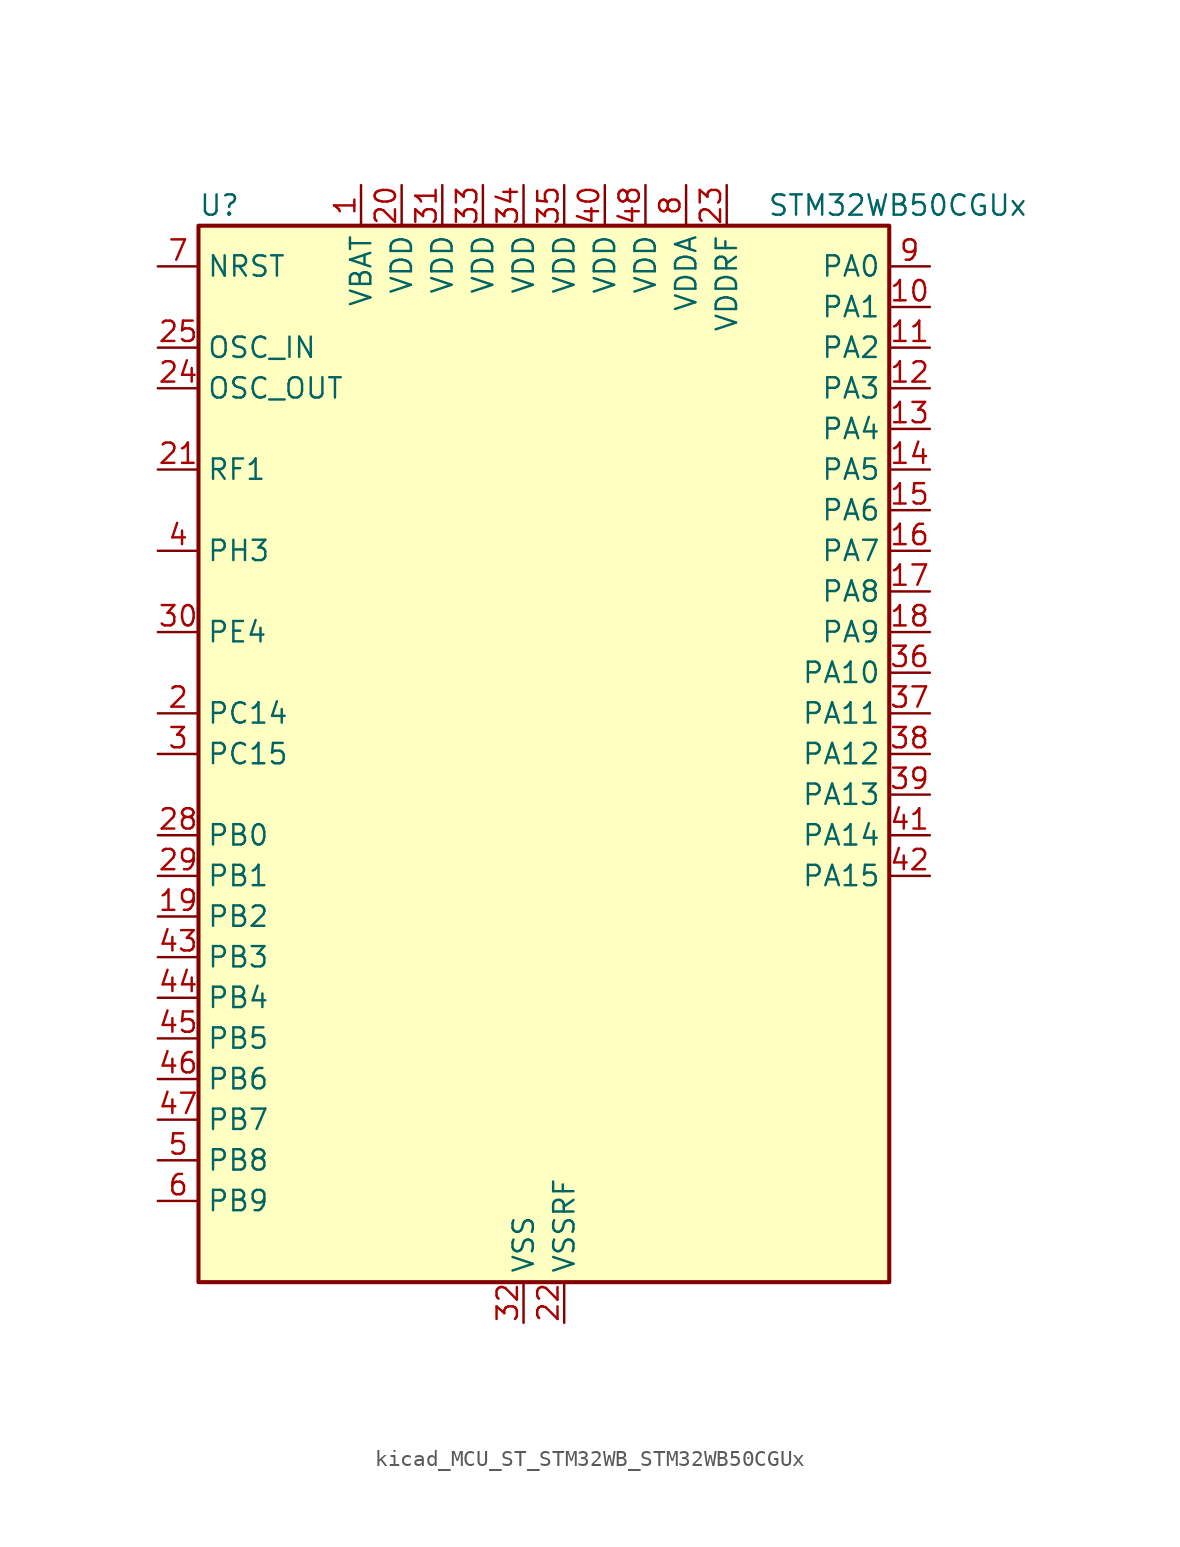
<source format=kicad_sym>
(kicad_symbol_lib
  (version 20220914)
  (generator kicad_symbol_editor)
  (symbol "kicad_MCU_ST_STM32WB_STM32WB50CGUx"
    (property "Reference" "U"
      (at -20.32 34.29 0)
      (effects (font (size 1.27 1.27)) (justify left)))
    (property "Value" "STM32WB50CGUx"
      (at 15.24 34.29 0)
      (effects (font (size 1.27 1.27)) (justify left)))
    (property "ki_locked" ""
      (at 0 0 0)
      (effects (font (size 1.27 1.27))))
    (symbol "kicad_MCU_ST_STM32WB_STM32WB50CGUx_0_1"
      (rectangle (start -20.32 -33.02) (end 22.86 33.02) (stroke (width 0.254) (type default)) (fill (type background))))
    (symbol "kicad_MCU_ST_STM32WB_STM32WB50CGUx_1_1"
      (pin power_in line (at -10.16 35.56 270) (length 2.54) (name "VBAT" (effects (font (size 1.27 1.27)))) (number "1" (effects (font (size 1.27 1.27)))))
      (pin bidirectional line (at 25.4 27.94 180) (length 2.54) (name "PA1" (effects (font (size 1.27 1.27)))) (number "10" (effects (font (size 1.27 1.27)))) (alternate "ADC1_IN6" bidirectional line) (alternate "I2C1_SMBA" bidirectional line) (alternate "SPI1_SCK" bidirectional line) (alternate "TIM2_CH2" bidirectional line))
      (pin bidirectional line (at 25.4 25.4 180) (length 2.54) (name "PA2" (effects (font (size 1.27 1.27)))) (number "11" (effects (font (size 1.27 1.27)))) (alternate "ADC1_IN7" bidirectional line) (alternate "RCC_LSCO" bidirectional line) (alternate "SYS_WKUP4" bidirectional line) (alternate "TIM2_CH3" bidirectional line))
      (pin bidirectional line (at 25.4 22.86 180) (length 2.54) (name "PA3" (effects (font (size 1.27 1.27)))) (number "12" (effects (font (size 1.27 1.27)))) (alternate "ADC1_IN8" bidirectional line) (alternate "TIM2_CH4" bidirectional line))
      (pin bidirectional line (at 25.4 20.32 180) (length 2.54) (name "PA4" (effects (font (size 1.27 1.27)))) (number "13" (effects (font (size 1.27 1.27)))) (alternate "ADC1_IN9" bidirectional line) (alternate "LPTIM2_OUT" bidirectional line) (alternate "SPI1_NSS" bidirectional line))
      (pin bidirectional line (at 25.4 17.78 180) (length 2.54) (name "PA5" (effects (font (size 1.27 1.27)))) (number "14" (effects (font (size 1.27 1.27)))) (alternate "ADC1_IN10" bidirectional line) (alternate "LPTIM2_ETR" bidirectional line) (alternate "SPI1_SCK" bidirectional line) (alternate "TIM2_CH1" bidirectional line) (alternate "TIM2_ETR" bidirectional line))
      (pin bidirectional line (at 25.4 15.24 180) (length 2.54) (name "PA6" (effects (font (size 1.27 1.27)))) (number "15" (effects (font (size 1.27 1.27)))) (alternate "ADC1_IN11" bidirectional line) (alternate "SPI1_MISO" bidirectional line) (alternate "TIM16_CH1" bidirectional line) (alternate "TIM1_BKIN" bidirectional line))
      (pin bidirectional line (at 25.4 12.7 180) (length 2.54) (name "PA7" (effects (font (size 1.27 1.27)))) (number "16" (effects (font (size 1.27 1.27)))) (alternate "ADC1_IN12" bidirectional line) (alternate "SPI1_MOSI" bidirectional line) (alternate "TIM17_CH1" bidirectional line) (alternate "TIM1_CH1N" bidirectional line))
      (pin bidirectional line (at 25.4 10.16 180) (length 2.54) (name "PA8" (effects (font (size 1.27 1.27)))) (number "17" (effects (font (size 1.27 1.27)))) (alternate "ADC1_IN15" bidirectional line) (alternate "LPTIM2_OUT" bidirectional line) (alternate "RCC_MCO" bidirectional line) (alternate "TIM1_CH1" bidirectional line) (alternate "USART1_CK" bidirectional line))
      (pin bidirectional line (at 25.4 7.62 180) (length 2.54) (name "PA9" (effects (font (size 1.27 1.27)))) (number "18" (effects (font (size 1.27 1.27)))) (alternate "ADC1_IN16" bidirectional line) (alternate "I2C1_SCL" bidirectional line) (alternate "TIM1_CH2" bidirectional line) (alternate "USART1_TX" bidirectional line))
      (pin bidirectional line (at -22.86 -10.16 0) (length 2.54) (name "PB2" (effects (font (size 1.27 1.27)))) (number "19" (effects (font (size 1.27 1.27)))) (alternate "LPTIM1_OUT" bidirectional line) (alternate "RTC_OUT2" bidirectional line) (alternate "SPI1_NSS" bidirectional line))
      (pin bidirectional line (at -22.86 2.54 0) (length 2.54) (name "PC14" (effects (font (size 1.27 1.27)))) (number "2" (effects (font (size 1.27 1.27)))) (alternate "RCC_OSC32_IN" bidirectional line))
      (pin power_in line (at -7.62 35.56 270) (length 2.54) (name "VDD" (effects (font (size 1.27 1.27)))) (number "20" (effects (font (size 1.27 1.27)))))
      (pin bidirectional line (at -22.86 17.78 0) (length 2.54) (name "RF1" (effects (font (size 1.27 1.27)))) (number "21" (effects (font (size 1.27 1.27)))) (alternate "RF_RF1" bidirectional line))
      (pin power_in line (at 2.54 -35.56 90) (length 2.54) (name "VSSRF" (effects (font (size 1.27 1.27)))) (number "22" (effects (font (size 1.27 1.27)))))
      (pin power_in line (at 12.7 35.56 270) (length 2.54) (name "VDDRF" (effects (font (size 1.27 1.27)))) (number "23" (effects (font (size 1.27 1.27)))))
      (pin input line (at -22.86 22.86 0) (length 2.54) (name "OSC_OUT" (effects (font (size 1.27 1.27)))) (number "24" (effects (font (size 1.27 1.27)))) (alternate "RCC_OSC_OUT" bidirectional line))
      (pin input line (at -22.86 25.4 0) (length 2.54) (name "OSC_IN" (effects (font (size 1.27 1.27)))) (number "25" (effects (font (size 1.27 1.27)))) (alternate "RCC_OSC_IN" bidirectional line))
      (pin no_connect line (at -20.32 -33.02 0) (length 2.54) hide (name "AT0" (effects (font (size 1.27 1.27)))) (number "26" (effects (font (size 1.27 1.27)))))
      (pin no_connect line (at -20.32 -30.48 0) (length 2.54) hide (name "AT1" (effects (font (size 1.27 1.27)))) (number "27" (effects (font (size 1.27 1.27)))))
      (pin bidirectional line (at -22.86 -5.08 0) (length 2.54) (name "PB0" (effects (font (size 1.27 1.27)))) (number "28" (effects (font (size 1.27 1.27)))) (alternate "RF_TX_MOD_EXT_PA" bidirectional line))
      (pin bidirectional line (at -22.86 -7.62 0) (length 2.54) (name "PB1" (effects (font (size 1.27 1.27)))) (number "29" (effects (font (size 1.27 1.27)))) (alternate "LPTIM2_IN1" bidirectional line))
      (pin bidirectional line (at -22.86 0 0) (length 2.54) (name "PC15" (effects (font (size 1.27 1.27)))) (number "3" (effects (font (size 1.27 1.27)))) (alternate "ADC1_EXTI15" bidirectional line) (alternate "RCC_OSC32_OUT" bidirectional line))
      (pin bidirectional line (at -22.86 7.62 0) (length 2.54) (name "PE4" (effects (font (size 1.27 1.27)))) (number "30" (effects (font (size 1.27 1.27)))))
      (pin power_in line (at -5.08 35.56 270) (length 2.54) (name "VDD" (effects (font (size 1.27 1.27)))) (number "31" (effects (font (size 1.27 1.27)))))
      (pin power_in line (at 0 -35.56 90) (length 2.54) (name "VSS" (effects (font (size 1.27 1.27)))) (number "32" (effects (font (size 1.27 1.27)))))
      (pin power_in line (at -2.54 35.56 270) (length 2.54) (name "VDD" (effects (font (size 1.27 1.27)))) (number "33" (effects (font (size 1.27 1.27)))))
      (pin power_in line (at 0 35.56 270) (length 2.54) (name "VDD" (effects (font (size 1.27 1.27)))) (number "34" (effects (font (size 1.27 1.27)))))
      (pin power_in line (at 2.54 35.56 270) (length 2.54) (name "VDD" (effects (font (size 1.27 1.27)))) (number "35" (effects (font (size 1.27 1.27)))))
      (pin bidirectional line (at 25.4 5.08 180) (length 2.54) (name "PA10" (effects (font (size 1.27 1.27)))) (number "36" (effects (font (size 1.27 1.27)))) (alternate "I2C1_SDA" bidirectional line) (alternate "TIM17_BKIN" bidirectional line) (alternate "TIM1_CH3" bidirectional line) (alternate "USART1_RX" bidirectional line))
      (pin bidirectional line (at 25.4 2.54 180) (length 2.54) (name "PA11" (effects (font (size 1.27 1.27)))) (number "37" (effects (font (size 1.27 1.27)))) (alternate "ADC1_EXTI11" bidirectional line) (alternate "SPI1_MISO" bidirectional line) (alternate "TIM1_BKIN2" bidirectional line) (alternate "TIM1_CH4" bidirectional line) (alternate "USART1_CTS" bidirectional line) (alternate "USART1_NSS" bidirectional line))
      (pin bidirectional line (at 25.4 0 180) (length 2.54) (name "PA12" (effects (font (size 1.27 1.27)))) (number "38" (effects (font (size 1.27 1.27)))) (alternate "SPI1_MOSI" bidirectional line) (alternate "TIM1_ETR" bidirectional line) (alternate "USART1_DE" bidirectional line) (alternate "USART1_RTS" bidirectional line))
      (pin bidirectional line (at 25.4 -2.54 180) (length 2.54) (name "PA13" (effects (font (size 1.27 1.27)))) (number "39" (effects (font (size 1.27 1.27)))) (alternate "IR_OUT" bidirectional line) (alternate "SYS_JTMS-SWDIO" bidirectional line))
      (pin bidirectional line (at -22.86 12.7 0) (length 2.54) (name "PH3" (effects (font (size 1.27 1.27)))) (number "4" (effects (font (size 1.27 1.27)))) (alternate "RCC_LSCO" bidirectional line))
      (pin power_in line (at 5.08 35.56 270) (length 2.54) (name "VDD" (effects (font (size 1.27 1.27)))) (number "40" (effects (font (size 1.27 1.27)))))
      (pin bidirectional line (at 25.4 -5.08 180) (length 2.54) (name "PA14" (effects (font (size 1.27 1.27)))) (number "41" (effects (font (size 1.27 1.27)))) (alternate "I2C1_SMBA" bidirectional line) (alternate "LPTIM1_OUT" bidirectional line) (alternate "SYS_JTCK-SWCLK" bidirectional line))
      (pin bidirectional line (at 25.4 -7.62 180) (length 2.54) (name "PA15" (effects (font (size 1.27 1.27)))) (number "42" (effects (font (size 1.27 1.27)))) (alternate "ADC1_EXTI15" bidirectional line) (alternate "RCC_MCO" bidirectional line) (alternate "SPI1_NSS" bidirectional line) (alternate "SYS_JTDI" bidirectional line) (alternate "TIM2_CH1" bidirectional line) (alternate "TIM2_ETR" bidirectional line))
      (pin bidirectional line (at -22.86 -12.7 0) (length 2.54) (name "PB3" (effects (font (size 1.27 1.27)))) (number "43" (effects (font (size 1.27 1.27)))) (alternate "SPI1_SCK" bidirectional line) (alternate "SYS_JTDO-SWO" bidirectional line) (alternate "TIM2_CH2" bidirectional line) (alternate "USART1_DE" bidirectional line) (alternate "USART1_RTS" bidirectional line))
      (pin bidirectional line (at -22.86 -15.24 0) (length 2.54) (name "PB4" (effects (font (size 1.27 1.27)))) (number "44" (effects (font (size 1.27 1.27)))) (alternate "SPI1_MISO" bidirectional line) (alternate "SYS_JTRST" bidirectional line) (alternate "TIM17_BKIN" bidirectional line) (alternate "USART1_CTS" bidirectional line) (alternate "USART1_NSS" bidirectional line))
      (pin bidirectional line (at -22.86 -17.78 0) (length 2.54) (name "PB5" (effects (font (size 1.27 1.27)))) (number "45" (effects (font (size 1.27 1.27)))) (alternate "I2C1_SMBA" bidirectional line) (alternate "LPTIM1_IN1" bidirectional line) (alternate "SPI1_MOSI" bidirectional line) (alternate "TIM16_BKIN" bidirectional line) (alternate "USART1_CK" bidirectional line))
      (pin bidirectional line (at -22.86 -20.32 0) (length 2.54) (name "PB6" (effects (font (size 1.27 1.27)))) (number "46" (effects (font (size 1.27 1.27)))) (alternate "I2C1_SCL" bidirectional line) (alternate "LPTIM1_ETR" bidirectional line) (alternate "RCC_MCO" bidirectional line) (alternate "TIM16_CH1N" bidirectional line) (alternate "USART1_TX" bidirectional line))
      (pin bidirectional line (at -22.86 -22.86 0) (length 2.54) (name "PB7" (effects (font (size 1.27 1.27)))) (number "47" (effects (font (size 1.27 1.27)))) (alternate "I2C1_SDA" bidirectional line) (alternate "LPTIM1_IN2" bidirectional line) (alternate "SYS_PVD_IN" bidirectional line) (alternate "TIM17_CH1N" bidirectional line) (alternate "TIM1_BKIN" bidirectional line) (alternate "USART1_RX" bidirectional line))
      (pin power_in line (at 7.62 35.56 270) (length 2.54) (name "VDD" (effects (font (size 1.27 1.27)))) (number "48" (effects (font (size 1.27 1.27)))))
      (pin passive line (at 0 -35.56 90) (length 2.54) hide (name "VSS" (effects (font (size 1.27 1.27)))) (number "49" (effects (font (size 1.27 1.27)))))
      (pin bidirectional line (at -22.86 -25.4 0) (length 2.54) (name "PB8" (effects (font (size 1.27 1.27)))) (number "5" (effects (font (size 1.27 1.27)))) (alternate "I2C1_SCL" bidirectional line) (alternate "TIM16_CH1" bidirectional line) (alternate "TIM1_CH2N" bidirectional line))
      (pin bidirectional line (at -22.86 -27.94 0) (length 2.54) (name "PB9" (effects (font (size 1.27 1.27)))) (number "6" (effects (font (size 1.27 1.27)))) (alternate "I2C1_SDA" bidirectional line) (alternate "IR_OUT" bidirectional line) (alternate "TIM17_CH1" bidirectional line) (alternate "TIM1_CH3N" bidirectional line))
      (pin input line (at -22.86 30.48 0) (length 2.54) (name "NRST" (effects (font (size 1.27 1.27)))) (number "7" (effects (font (size 1.27 1.27)))))
      (pin power_in line (at 10.16 35.56 270) (length 2.54) (name "VDDA" (effects (font (size 1.27 1.27)))) (number "8" (effects (font (size 1.27 1.27)))))
      (pin bidirectional line (at 25.4 30.48 180) (length 2.54) (name "PA0" (effects (font (size 1.27 1.27)))) (number "9" (effects (font (size 1.27 1.27)))) (alternate "ADC1_IN5" bidirectional line) (alternate "RTC_TAMP2" bidirectional line) (alternate "SYS_WKUP1" bidirectional line) (alternate "TIM2_CH1" bidirectional line) (alternate "TIM2_ETR" bidirectional line)))))
</source>
